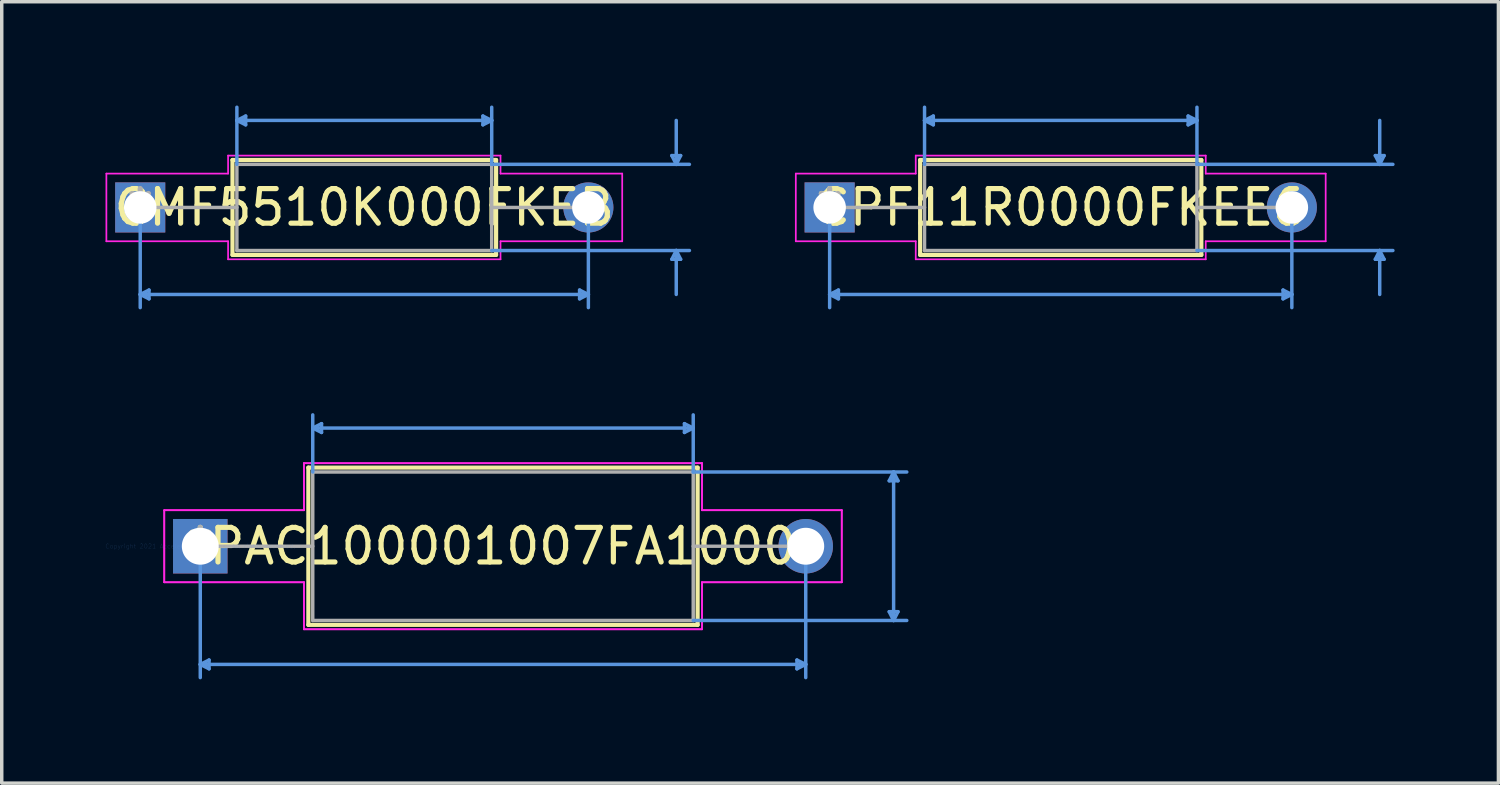
<source format=kicad_pcb>
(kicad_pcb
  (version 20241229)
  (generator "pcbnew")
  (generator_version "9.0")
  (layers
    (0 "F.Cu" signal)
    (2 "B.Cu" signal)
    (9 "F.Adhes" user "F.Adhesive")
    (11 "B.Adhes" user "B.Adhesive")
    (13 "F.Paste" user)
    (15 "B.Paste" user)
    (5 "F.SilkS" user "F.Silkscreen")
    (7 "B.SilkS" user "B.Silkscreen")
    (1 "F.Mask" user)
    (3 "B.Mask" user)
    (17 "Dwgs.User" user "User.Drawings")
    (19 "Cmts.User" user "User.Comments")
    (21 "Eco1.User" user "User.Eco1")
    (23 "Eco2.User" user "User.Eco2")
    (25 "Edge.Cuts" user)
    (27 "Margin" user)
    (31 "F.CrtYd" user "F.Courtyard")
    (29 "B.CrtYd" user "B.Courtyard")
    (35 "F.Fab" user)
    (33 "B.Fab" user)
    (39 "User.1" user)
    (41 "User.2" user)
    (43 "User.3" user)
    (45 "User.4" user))
  (footprint "CMF5510K000FKEB"
    (layer "F.Cu")
    (at 1.003 2.946)
    (property "Reference" "CMF5510K000FKEB" (at 6.477 0 0) (layer "F.SilkS") (effects (font (size 1 1) (thickness 0.15))))
    (attr through_hole)
    (fp_line (start 2.667 -1.372) (end 2.667 1.372) (stroke (width 0.12) (type solid)) (layer "F.SilkS"))
    (fp_line (start 2.667 1.372) (end 10.287 1.372) (stroke (width 0.12) (type solid)) (layer "F.SilkS"))
    (fp_line (start 10.287 -1.372) (end 2.667 -1.372) (stroke (width 0.12) (type solid)) (layer "F.SilkS"))
    (fp_line (start 10.287 1.372) (end 10.287 -1.372) (stroke (width 0.12) (type solid)) (layer "F.SilkS"))
    (fp_line (start 0 0) (end 0 2.896) (stroke (width 0.1) (type solid)) (layer "Cmts.User"))
    (fp_line (start 0 2.515) (end 0.254 2.388) (stroke (width 0.1) (type solid)) (layer "Cmts.User"))
    (fp_line (start 0 2.515) (end 0.254 2.642) (stroke (width 0.1) (type solid)) (layer "Cmts.User"))
    (fp_line (start 0 2.515) (end 12.954 2.515) (stroke (width 0.1) (type solid)) (layer "Cmts.User"))
    (fp_line (start 0.254 2.388) (end 0.254 2.642) (stroke (width 0.1) (type solid)) (layer "Cmts.User"))
    (fp_line (start 2.794 -2.515) (end 3.048 -2.642) (stroke (width 0.1) (type solid)) (layer "Cmts.User"))
    (fp_line (start 2.794 -2.515) (end 3.048 -2.388) (stroke (width 0.1) (type solid)) (layer "Cmts.User"))
    (fp_line (start 2.794 -2.515) (end 10.16 -2.515) (stroke (width 0.1) (type solid)) (layer "Cmts.User"))
    (fp_line (start 2.794 -1.245) (end 2.794 -2.896) (stroke (width 0.1) (type solid)) (layer "Cmts.User"))
    (fp_line (start 3.048 -2.642) (end 3.048 -2.388) (stroke (width 0.1) (type solid)) (layer "Cmts.User"))
    (fp_line (start 9.906 -2.642) (end 9.906 -2.388) (stroke (width 0.1) (type solid)) (layer "Cmts.User"))
    (fp_line (start 10.16 -2.515) (end 9.906 -2.642) (stroke (width 0.1) (type solid)) (layer "Cmts.User"))
    (fp_line (start 10.16 -2.515) (end 9.906 -2.388) (stroke (width 0.1) (type solid)) (layer "Cmts.User"))
    (fp_line (start 10.16 -1.245) (end 10.16 -2.896) (stroke (width 0.1) (type solid)) (layer "Cmts.User"))
    (fp_line (start 10.16 -1.245) (end 15.875 -1.245) (stroke (width 0.1) (type solid)) (layer "Cmts.User"))
    (fp_line (start 10.16 1.245) (end 15.875 1.245) (stroke (width 0.1) (type solid)) (layer "Cmts.User"))
    (fp_line (start 12.7 2.388) (end 12.7 2.642) (stroke (width 0.1) (type solid)) (layer "Cmts.User"))
    (fp_line (start 12.954 0) (end 12.954 2.896) (stroke (width 0.1) (type solid)) (layer "Cmts.User"))
    (fp_line (start 12.954 2.515) (end 12.7 2.388) (stroke (width 0.1) (type solid)) (layer "Cmts.User"))
    (fp_line (start 12.954 2.515) (end 12.7 2.642) (stroke (width 0.1) (type solid)) (layer "Cmts.User"))
    (fp_line (start 15.367 -1.499) (end 15.621 -1.499) (stroke (width 0.1) (type solid)) (layer "Cmts.User"))
    (fp_line (start 15.367 1.499) (end 15.621 1.499) (stroke (width 0.1) (type solid)) (layer "Cmts.User"))
    (fp_line (start 15.494 -1.245) (end 15.367 -1.499) (stroke (width 0.1) (type solid)) (layer "Cmts.User"))
    (fp_line (start 15.494 -1.245) (end 15.494 -2.515) (stroke (width 0.1) (type solid)) (layer "Cmts.User"))
    (fp_line (start 15.494 -1.245) (end 15.621 -1.499) (stroke (width 0.1) (type solid)) (layer "Cmts.User"))
    (fp_line (start 15.494 1.245) (end 15.367 1.499) (stroke (width 0.1) (type solid)) (layer "Cmts.User"))
    (fp_line (start 15.494 1.245) (end 15.494 2.515) (stroke (width 0.1) (type solid)) (layer "Cmts.User"))
    (fp_line (start 15.494 1.245) (end 15.621 1.499) (stroke (width 0.1) (type solid)) (layer "Cmts.User"))
    (fp_line (start -0.978 -0.978) (end 2.54 -0.978) (stroke (width 0.05) (type solid)) (layer "F.CrtYd"))
    (fp_line (start -0.978 0.978) (end -0.978 -0.978) (stroke (width 0.05) (type solid)) (layer "F.CrtYd"))
    (fp_line (start 2.54 -1.499) (end 10.414 -1.499) (stroke (width 0.05) (type solid)) (layer "F.CrtYd"))
    (fp_line (start 2.54 -0.978) (end 2.54 -1.499) (stroke (width 0.05) (type solid)) (layer "F.CrtYd"))
    (fp_line (start 2.54 0.978) (end -0.978 0.978) (stroke (width 0.05) (type solid)) (layer "F.CrtYd"))
    (fp_line (start 2.54 1.499) (end 2.54 0.978) (stroke (width 0.05) (type solid)) (layer "F.CrtYd"))
    (fp_line (start 10.414 -1.499) (end 10.414 -0.978) (stroke (width 0.05) (type solid)) (layer "F.CrtYd"))
    (fp_line (start 10.414 -0.978) (end 13.932 -0.978) (stroke (width 0.05) (type solid)) (layer "F.CrtYd"))
    (fp_line (start 10.414 0.978) (end 10.414 1.499) (stroke (width 0.05) (type solid)) (layer "F.CrtYd"))
    (fp_line (start 10.414 1.499) (end 2.54 1.499) (stroke (width 0.05) (type solid)) (layer "F.CrtYd"))
    (fp_line (start 13.932 -0.978) (end 13.932 0.978) (stroke (width 0.05) (type solid)) (layer "F.CrtYd"))
    (fp_line (start 13.932 0.978) (end 10.414 0.978) (stroke (width 0.05) (type solid)) (layer "F.CrtYd"))
    (fp_line (start 0 0) (end 2.794 0) (stroke (width 0.1) (type solid)) (layer "F.Fab"))
    (fp_line (start 2.794 -1.245) (end 2.794 1.245) (stroke (width 0.1) (type solid)) (layer "F.Fab"))
    (fp_line (start 2.794 1.245) (end 10.16 1.245) (stroke (width 0.1) (type solid)) (layer "F.Fab"))
    (fp_line (start 10.16 -1.245) (end 2.794 -1.245) (stroke (width 0.1) (type solid)) (layer "F.Fab"))
    (fp_line (start 10.16 1.245) (end 10.16 -1.245) (stroke (width 0.1) (type solid)) (layer "F.Fab"))
    (fp_line (start 12.954 0) (end 10.16 0) (stroke (width 0.1) (type solid)) (layer "F.Fab"))
    (fp_text user "*" (at 0 0 0) (layer "F.Fab") (effects (font (size 1 1) (thickness 0.15))))
    (pad "1" thru_hole rect (at 0 0) (size 1.448 1.448) (drill 0.94) (layers "*.Cu" "*.Mask"))
    (pad "2" thru_hole circle (at 12.954 0) (size 1.448 1.448) (drill 0.94) (layers "*.Cu" "*.Mask")))
  (footprint "PAC100001007FA1000"
    (layer "F.Cu")
    (at 2.739 12.739)
    (property "Reference" "PAC100001007FA1000" (at 8.75 0 0) (layer "F.SilkS") (effects (font (size 1 1) (thickness 0.15))))
    (attr through_hole)
    (fp_line (start 3.124 -2.273) (end 3.124 2.273) (stroke (width 0.12) (type solid)) (layer "F.SilkS"))
    (fp_line (start 3.124 2.273) (end 14.376 2.273) (stroke (width 0.12) (type solid)) (layer "F.SilkS"))
    (fp_line (start 14.376 -2.273) (end 3.124 -2.273) (stroke (width 0.12) (type solid)) (layer "F.SilkS"))
    (fp_line (start 14.376 2.273) (end 14.376 -2.273) (stroke (width 0.12) (type solid)) (layer "F.SilkS"))
    (fp_line (start 0 0) (end 0 3.797) (stroke (width 0.1) (type solid)) (layer "Cmts.User"))
    (fp_line (start 0 3.416) (end 0.254 3.289) (stroke (width 0.1) (type solid)) (layer "Cmts.User"))
    (fp_line (start 0 3.416) (end 0.254 3.543) (stroke (width 0.1) (type solid)) (layer "Cmts.User"))
    (fp_line (start 0 3.416) (end 17.501 3.416) (stroke (width 0.1) (type solid)) (layer "Cmts.User"))
    (fp_line (start 0.254 3.289) (end 0.254 3.543) (stroke (width 0.1) (type solid)) (layer "Cmts.User"))
    (fp_line (start 3.251 -3.416) (end 3.505 -3.543) (stroke (width 0.1) (type solid)) (layer "Cmts.User"))
    (fp_line (start 3.251 -3.416) (end 3.505 -3.289) (stroke (width 0.1) (type solid)) (layer "Cmts.User"))
    (fp_line (start 3.251 -3.416) (end 14.249 -3.416) (stroke (width 0.1) (type solid)) (layer "Cmts.User"))
    (fp_line (start 3.251 -2.146) (end 3.251 -3.797) (stroke (width 0.1) (type solid)) (layer "Cmts.User"))
    (fp_line (start 3.505 -3.543) (end 3.505 -3.289) (stroke (width 0.1) (type solid)) (layer "Cmts.User"))
    (fp_line (start 13.995 -3.543) (end 13.995 -3.289) (stroke (width 0.1) (type solid)) (layer "Cmts.User"))
    (fp_line (start 14.249 -3.416) (end 13.995 -3.543) (stroke (width 0.1) (type solid)) (layer "Cmts.User"))
    (fp_line (start 14.249 -3.416) (end 13.995 -3.289) (stroke (width 0.1) (type solid)) (layer "Cmts.User"))
    (fp_line (start 14.249 -2.146) (end 14.249 -3.797) (stroke (width 0.1) (type solid)) (layer "Cmts.User"))
    (fp_line (start 14.249 -2.146) (end 20.422 -2.146) (stroke (width 0.1) (type solid)) (layer "Cmts.User"))
    (fp_line (start 14.249 2.146) (end 20.422 2.146) (stroke (width 0.1) (type solid)) (layer "Cmts.User"))
    (fp_line (start 17.247 3.289) (end 17.247 3.543) (stroke (width 0.1) (type solid)) (layer "Cmts.User"))
    (fp_line (start 17.501 0) (end 17.501 3.797) (stroke (width 0.1) (type solid)) (layer "Cmts.User"))
    (fp_line (start 17.501 3.416) (end 17.247 3.289) (stroke (width 0.1) (type solid)) (layer "Cmts.User"))
    (fp_line (start 17.501 3.416) (end 17.247 3.543) (stroke (width 0.1) (type solid)) (layer "Cmts.User"))
    (fp_line (start 19.914 -1.892) (end 20.168 -1.892) (stroke (width 0.1) (type solid)) (layer "Cmts.User"))
    (fp_line (start 19.914 1.892) (end 20.168 1.892) (stroke (width 0.1) (type solid)) (layer "Cmts.User"))
    (fp_line (start 20.041 -2.146) (end 19.914 -1.892) (stroke (width 0.1) (type solid)) (layer "Cmts.User"))
    (fp_line (start 20.041 -2.146) (end 20.041 2.146) (stroke (width 0.1) (type solid)) (layer "Cmts.User"))
    (fp_line (start 20.041 -2.146) (end 20.168 -1.892) (stroke (width 0.1) (type solid)) (layer "Cmts.User"))
    (fp_line (start 20.041 2.146) (end 19.914 1.892) (stroke (width 0.1) (type solid)) (layer "Cmts.User"))
    (fp_line (start 20.041 2.146) (end 20.168 1.892) (stroke (width 0.1) (type solid)) (layer "Cmts.User"))
    (fp_line (start -1.041 -1.041) (end 2.997 -1.041) (stroke (width 0.05) (type solid)) (layer "F.CrtYd"))
    (fp_line (start -1.041 -1.041) (end 2.997 -1.041) (stroke (width 0.05) (type solid)) (layer "F.CrtYd"))
    (fp_line (start -1.041 1.041) (end -1.041 -1.041) (stroke (width 0.05) (type solid)) (layer "F.CrtYd"))
    (fp_line (start -1.041 1.041) (end -1.041 -1.041) (stroke (width 0.05) (type solid)) (layer "F.CrtYd"))
    (fp_line (start 2.997 -2.4) (end 14.503 -2.4) (stroke (width 0.05) (type solid)) (layer "F.CrtYd"))
    (fp_line (start 2.997 -2.4) (end 14.503 -2.4) (stroke (width 0.05) (type solid)) (layer "F.CrtYd"))
    (fp_line (start 2.997 -1.041) (end 2.997 -2.4) (stroke (width 0.05) (type solid)) (layer "F.CrtYd"))
    (fp_line (start 2.997 -1.041) (end 2.997 -2.4) (stroke (width 0.05) (type solid)) (layer "F.CrtYd"))
    (fp_line (start 2.997 1.041) (end -1.041 1.041) (stroke (width 0.05) (type solid)) (layer "F.CrtYd"))
    (fp_line (start 2.997 1.041) (end -1.041 1.041) (stroke (width 0.05) (type solid)) (layer "F.CrtYd"))
    (fp_line (start 2.997 2.4) (end 2.997 1.041) (stroke (width 0.05) (type solid)) (layer "F.CrtYd"))
    (fp_line (start 2.997 2.4) (end 2.997 1.041) (stroke (width 0.05) (type solid)) (layer "F.CrtYd"))
    (fp_line (start 14.503 -2.4) (end 14.503 -1.041) (stroke (width 0.05) (type solid)) (layer "F.CrtYd"))
    (fp_line (start 14.503 -2.4) (end 14.503 -1.041) (stroke (width 0.05) (type solid)) (layer "F.CrtYd"))
    (fp_line (start 14.503 -1.041) (end 18.542 -1.041) (stroke (width 0.05) (type solid)) (layer "F.CrtYd"))
    (fp_line (start 14.503 -1.041) (end 18.542 -1.041) (stroke (width 0.05) (type solid)) (layer "F.CrtYd"))
    (fp_line (start 14.503 1.041) (end 14.503 2.4) (stroke (width 0.05) (type solid)) (layer "F.CrtYd"))
    (fp_line (start 14.503 1.041) (end 14.503 2.4) (stroke (width 0.05) (type solid)) (layer "F.CrtYd"))
    (fp_line (start 14.503 2.4) (end 2.997 2.4) (stroke (width 0.05) (type solid)) (layer "F.CrtYd"))
    (fp_line (start 14.503 2.4) (end 2.997 2.4) (stroke (width 0.05) (type solid)) (layer "F.CrtYd"))
    (fp_line (start 18.542 -1.041) (end 18.542 1.041) (stroke (width 0.05) (type solid)) (layer "F.CrtYd"))
    (fp_line (start 18.542 -1.041) (end 18.542 1.041) (stroke (width 0.05) (type solid)) (layer "F.CrtYd"))
    (fp_line (start 18.542 1.041) (end 14.503 1.041) (stroke (width 0.05) (type solid)) (layer "F.CrtYd"))
    (fp_line (start 18.542 1.041) (end 14.503 1.041) (stroke (width 0.05) (type solid)) (layer "F.CrtYd"))
    (fp_line (start 0 0) (end 3.251 0) (stroke (width 0.1) (type solid)) (layer "F.Fab"))
    (fp_line (start 3.251 -2.146) (end 3.251 2.146) (stroke (width 0.1) (type solid)) (layer "F.Fab"))
    (fp_line (start 3.251 2.146) (end 14.249 2.146) (stroke (width 0.1) (type solid)) (layer "F.Fab"))
    (fp_line (start 14.249 -2.146) (end 3.251 -2.146) (stroke (width 0.1) (type solid)) (layer "F.Fab"))
    (fp_line (start 14.249 2.146) (end 14.249 -2.146) (stroke (width 0.1) (type solid)) (layer "F.Fab"))
    (fp_line (start 17.501 0) (end 14.249 0) (stroke (width 0.1) (type solid)) (layer "F.Fab"))
    (fp_text user "*" (at 0 0 0) (layer "F.SilkS") (effects (font (size 1 1) (thickness 0.15))))
    (fp_text user "Copyright 2021 Accelerated Designs. All rights reserved." (at 0 0 0) (layer "Cmts.User") (effects (font (size 0.127 0.127) (thickness 0.002))))
    (fp_text user "*" (at 0 0 0) (layer "F.Fab") (effects (font (size 1 1) (thickness 0.15))))
    (pad "1" thru_hole rect (at 0 0) (size 1.575 1.575) (drill 1.067) (layers "*.Cu" "*.Mask"))
    (pad "2" thru_hole circle (at 17.501 0) (size 1.575 1.575) (drill 1.067) (layers "*.Cu" "*.Mask")))
  (footprint "CPF11R0000FKEE6"
    (layer "F.Cu")
    (at 20.931 2.946)
    (property "Reference" "CPF11R0000FKEE6" (at 6.68 0 0) (layer "F.SilkS") (effects (font (size 1 1) (thickness 0.15))))
    (attr through_hole)
    (fp_line (start 2.616 -1.372) (end 2.616 1.372) (stroke (width 0.12) (type solid)) (layer "F.SilkS"))
    (fp_line (start 2.616 1.372) (end 10.744 1.372) (stroke (width 0.12) (type solid)) (layer "F.SilkS"))
    (fp_line (start 10.744 -1.372) (end 2.616 -1.372) (stroke (width 0.12) (type solid)) (layer "F.SilkS"))
    (fp_line (start 10.744 1.372) (end 10.744 -1.372) (stroke (width 0.12) (type solid)) (layer "F.SilkS"))
    (fp_line (start 0 0) (end 0 2.896) (stroke (width 0.1) (type solid)) (layer "Cmts.User"))
    (fp_line (start 0 2.515) (end 0.254 2.388) (stroke (width 0.1) (type solid)) (layer "Cmts.User"))
    (fp_line (start 0 2.515) (end 0.254 2.642) (stroke (width 0.1) (type solid)) (layer "Cmts.User"))
    (fp_line (start 0 2.515) (end 13.36 2.515) (stroke (width 0.1) (type solid)) (layer "Cmts.User"))
    (fp_line (start 0.254 2.388) (end 0.254 2.642) (stroke (width 0.1) (type solid)) (layer "Cmts.User"))
    (fp_line (start 2.743 -2.515) (end 2.997 -2.642) (stroke (width 0.1) (type solid)) (layer "Cmts.User"))
    (fp_line (start 2.743 -2.515) (end 2.997 -2.388) (stroke (width 0.1) (type solid)) (layer "Cmts.User"))
    (fp_line (start 2.743 -2.515) (end 10.617 -2.515) (stroke (width 0.1) (type solid)) (layer "Cmts.User"))
    (fp_line (start 2.743 -1.245) (end 2.743 -2.896) (stroke (width 0.1) (type solid)) (layer "Cmts.User"))
    (fp_line (start 2.997 -2.642) (end 2.997 -2.388) (stroke (width 0.1) (type solid)) (layer "Cmts.User"))
    (fp_line (start 10.363 -2.642) (end 10.363 -2.388) (stroke (width 0.1) (type solid)) (layer "Cmts.User"))
    (fp_line (start 10.617 -2.515) (end 10.363 -2.642) (stroke (width 0.1) (type solid)) (layer "Cmts.User"))
    (fp_line (start 10.617 -2.515) (end 10.363 -2.388) (stroke (width 0.1) (type solid)) (layer "Cmts.User"))
    (fp_line (start 10.617 -1.245) (end 10.617 -2.896) (stroke (width 0.1) (type solid)) (layer "Cmts.User"))
    (fp_line (start 10.617 -1.245) (end 16.281 -1.245) (stroke (width 0.1) (type solid)) (layer "Cmts.User"))
    (fp_line (start 10.617 1.245) (end 16.281 1.245) (stroke (width 0.1) (type solid)) (layer "Cmts.User"))
    (fp_line (start 13.106 2.388) (end 13.106 2.642) (stroke (width 0.1) (type solid)) (layer "Cmts.User"))
    (fp_line (start 13.36 0) (end 13.36 2.896) (stroke (width 0.1) (type solid)) (layer "Cmts.User"))
    (fp_line (start 13.36 2.515) (end 13.106 2.388) (stroke (width 0.1) (type solid)) (layer "Cmts.User"))
    (fp_line (start 13.36 2.515) (end 13.106 2.642) (stroke (width 0.1) (type solid)) (layer "Cmts.User"))
    (fp_line (start 15.773 -1.499) (end 16.027 -1.499) (stroke (width 0.1) (type solid)) (layer "Cmts.User"))
    (fp_line (start 15.773 1.499) (end 16.027 1.499) (stroke (width 0.1) (type solid)) (layer "Cmts.User"))
    (fp_line (start 15.9 -1.245) (end 15.773 -1.499) (stroke (width 0.1) (type solid)) (layer "Cmts.User"))
    (fp_line (start 15.9 -1.245) (end 15.9 -2.515) (stroke (width 0.1) (type solid)) (layer "Cmts.User"))
    (fp_line (start 15.9 -1.245) (end 16.027 -1.499) (stroke (width 0.1) (type solid)) (layer "Cmts.User"))
    (fp_line (start 15.9 1.245) (end 15.773 1.499) (stroke (width 0.1) (type solid)) (layer "Cmts.User"))
    (fp_line (start 15.9 1.245) (end 15.9 2.515) (stroke (width 0.1) (type solid)) (layer "Cmts.User"))
    (fp_line (start 15.9 1.245) (end 16.027 1.499) (stroke (width 0.1) (type solid)) (layer "Cmts.User"))
    (fp_line (start -0.978 -0.978) (end 2.489 -0.978) (stroke (width 0.05) (type solid)) (layer "F.CrtYd"))
    (fp_line (start -0.978 0.978) (end -0.978 -0.978) (stroke (width 0.05) (type solid)) (layer "F.CrtYd"))
    (fp_line (start 2.489 -1.499) (end 10.871 -1.499) (stroke (width 0.05) (type solid)) (layer "F.CrtYd"))
    (fp_line (start 2.489 -0.978) (end 2.489 -1.499) (stroke (width 0.05) (type solid)) (layer "F.CrtYd"))
    (fp_line (start 2.489 0.978) (end -0.978 0.978) (stroke (width 0.05) (type solid)) (layer "F.CrtYd"))
    (fp_line (start 2.489 1.499) (end 2.489 0.978) (stroke (width 0.05) (type solid)) (layer "F.CrtYd"))
    (fp_line (start 10.871 -1.499) (end 10.871 -0.978) (stroke (width 0.05) (type solid)) (layer "F.CrtYd"))
    (fp_line (start 10.871 -0.978) (end 14.338 -0.978) (stroke (width 0.05) (type solid)) (layer "F.CrtYd"))
    (fp_line (start 10.871 0.978) (end 10.871 1.499) (stroke (width 0.05) (type solid)) (layer "F.CrtYd"))
    (fp_line (start 10.871 1.499) (end 2.489 1.499) (stroke (width 0.05) (type solid)) (layer "F.CrtYd"))
    (fp_line (start 14.338 -0.978) (end 14.338 0.978) (stroke (width 0.05) (type solid)) (layer "F.CrtYd"))
    (fp_line (start 14.338 0.978) (end 10.871 0.978) (stroke (width 0.05) (type solid)) (layer "F.CrtYd"))
    (fp_line (start 0 0) (end 2.743 0) (stroke (width 0.1) (type solid)) (layer "F.Fab"))
    (fp_line (start 2.743 -1.245) (end 2.743 1.245) (stroke (width 0.1) (type solid)) (layer "F.Fab"))
    (fp_line (start 2.743 1.245) (end 10.617 1.245) (stroke (width 0.1) (type solid)) (layer "F.Fab"))
    (fp_line (start 10.617 -1.245) (end 2.743 -1.245) (stroke (width 0.1) (type solid)) (layer "F.Fab"))
    (fp_line (start 10.617 1.245) (end 10.617 -1.245) (stroke (width 0.1) (type solid)) (layer "F.Fab"))
    (fp_line (start 13.36 0) (end 10.617 0) (stroke (width 0.1) (type solid)) (layer "F.Fab"))
    (fp_text user "*" (at 0 0 0) (layer "F.SilkS") (effects (font (size 1 1) (thickness 0.15))))
    (fp_text user "*" (at 0 0 0) (layer "F.Fab") (effects (font (size 1 1) (thickness 0.15))))
    (pad "1" thru_hole rect (at 0 0) (size 1.448 1.448) (drill 0.94) (layers "*.Cu" "*.Mask"))
    (pad "2" thru_hole circle (at 13.36 0) (size 1.448 1.448) (drill 0.94) (layers "*.Cu" "*.Mask")))
  (gr_rect
    (start -3 -3)
    (end 40.262 19.586)
    (stroke (width 0.1) (type default))
    (fill no)
    (layer "Edge.Cuts")))
</source>
